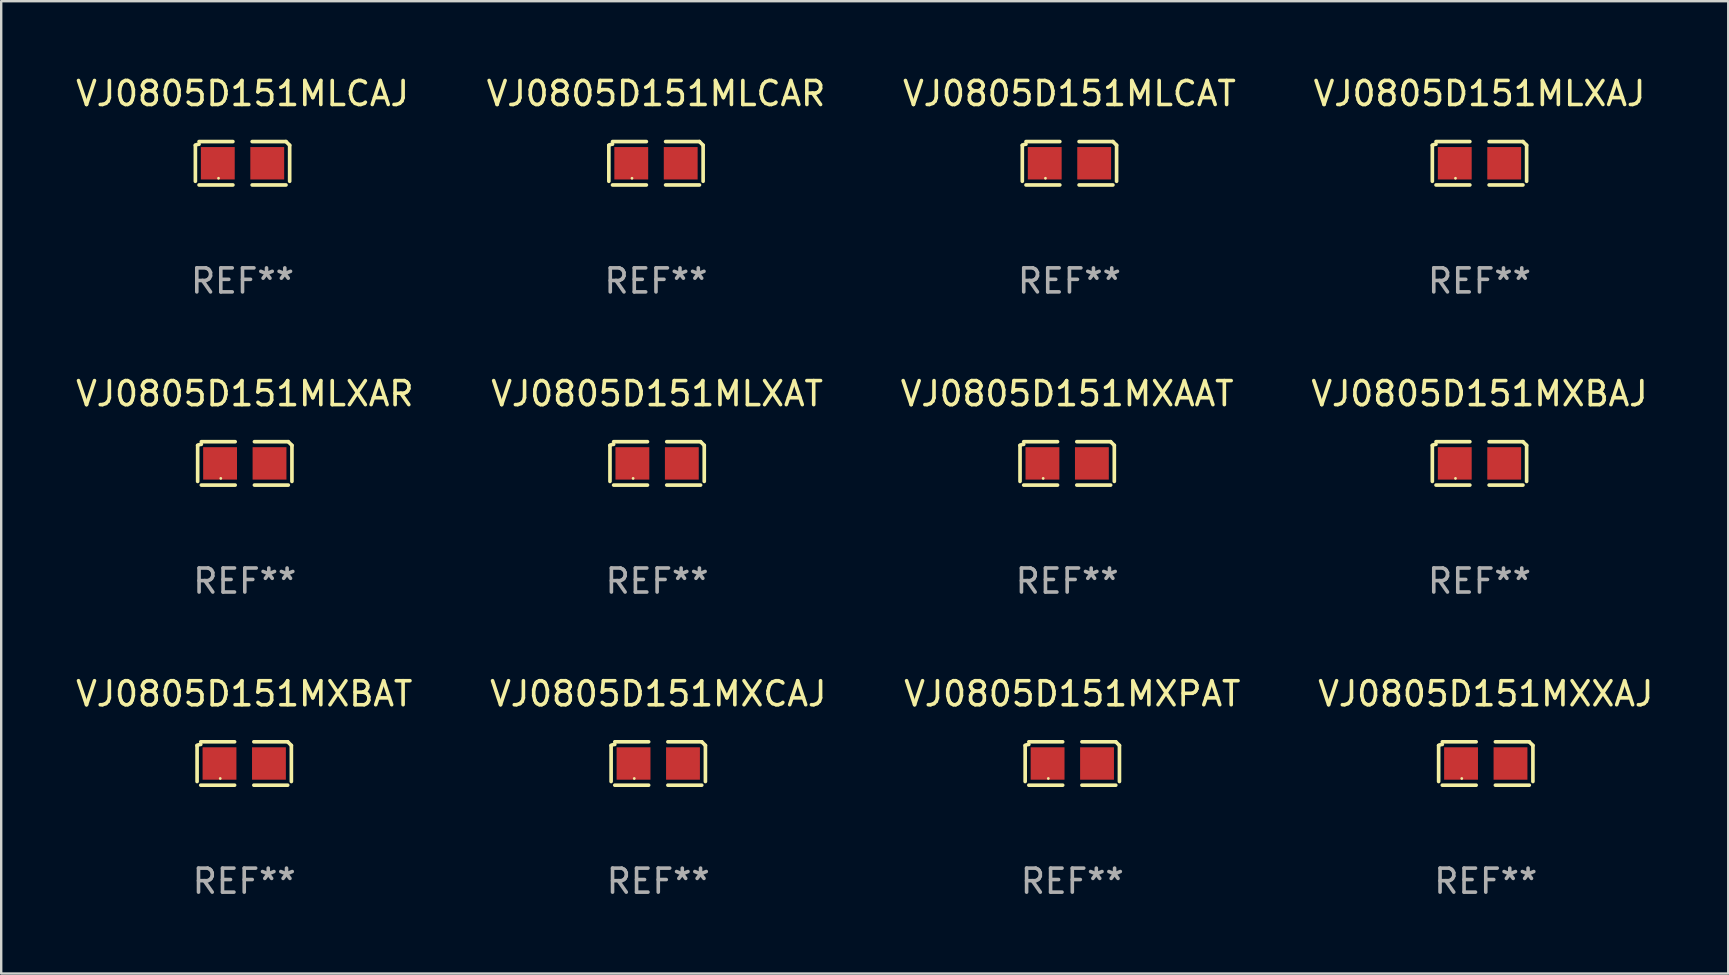
<source format=kicad_pcb>
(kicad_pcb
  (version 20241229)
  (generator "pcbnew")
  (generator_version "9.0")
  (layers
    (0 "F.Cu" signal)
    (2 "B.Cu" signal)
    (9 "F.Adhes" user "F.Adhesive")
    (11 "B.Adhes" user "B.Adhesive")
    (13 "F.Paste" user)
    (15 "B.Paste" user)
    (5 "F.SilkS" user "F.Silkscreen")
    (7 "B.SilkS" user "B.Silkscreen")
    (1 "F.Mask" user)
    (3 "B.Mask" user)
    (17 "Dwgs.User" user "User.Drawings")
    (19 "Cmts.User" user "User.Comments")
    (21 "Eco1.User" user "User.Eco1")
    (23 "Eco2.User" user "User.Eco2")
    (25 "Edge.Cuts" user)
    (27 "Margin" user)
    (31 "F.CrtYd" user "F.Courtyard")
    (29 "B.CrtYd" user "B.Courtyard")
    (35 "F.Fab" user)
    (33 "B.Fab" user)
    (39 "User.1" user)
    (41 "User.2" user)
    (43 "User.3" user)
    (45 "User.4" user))
  (footprint "VJ0805D151MXPAT"
    (layer "F.Cu")
    (at 41.625 28.759)
    (property "Reference" "VJ0805D151MXPAT" (at 0 -2.904 0) (layer "F.SilkS") (effects (font (size 1 1) (thickness 0.15))))
    (attr through_hole)
    (fp_line (start -1.964 0.751) (end -1.964 -0.751) (stroke (width 0.152) (type solid)) (layer "F.SilkS"))
    (fp_line (start -1.811 -0.904) (end -0.401 -0.904) (stroke (width 0.152) (type solid)) (layer "F.SilkS"))
    (fp_line (start -0.401 0.904) (end -1.811 0.904) (stroke (width 0.152) (type solid)) (layer "F.SilkS"))
    (fp_line (start 0.401 0.904) (end 1.811 0.904) (stroke (width 0.152) (type solid)) (layer "F.SilkS"))
    (fp_line (start 1.811 -0.904) (end 0.401 -0.904) (stroke (width 0.152) (type solid)) (layer "F.SilkS"))
    (fp_line (start 1.964 0.751) (end 1.964 -0.751) (stroke (width 0.152) (type solid)) (layer "F.SilkS"))
    (fp_arc (start -1.963602 -0.751207) (mid -1.890354 -0.783131) (end -1.811201 -0.794044) (stroke (width 0.1524) (type solid)) (layer "F.SilkS"))
    (fp_arc (start 1.811202 -0.903607) (mid 1.887413 -0.827418) (end 1.963602 -0.751207) (stroke (width 0.1524) (type solid)) (layer "F.SilkS"))
    (fp_circle (center -1 0.625) (end -0.97 0.625) (stroke (width 0.06) (type solid)) (fill no) (layer "F.SilkS"))
    (fp_text user "REF**" (at 0 4.904 0) (layer "F.Fab") (effects (font (size 1 1) (thickness 0.15))))
    (pad "1" smd rect (at -1.03 0) (size 1.41 1.35) (layers "F.Cu" "F.Mask" "F.Paste"))
    (pad "2" smd rect (at 1.03 0) (size 1.41 1.35) (layers "F.Cu" "F.Mask" "F.Paste")))
  (footprint "VJ0805D151MLXAJ"
    (layer "F.Cu")
    (at 58.589 3.752)
    (property "Reference" "VJ0805D151MLXAJ" (at 0 -2.904 0) (layer "F.SilkS") (effects (font (size 1 1) (thickness 0.15))))
    (attr through_hole)
    (fp_line (start -1.964 0.751) (end -1.964 -0.751) (stroke (width 0.152) (type solid)) (layer "F.SilkS"))
    (fp_line (start -1.811 -0.904) (end -0.401 -0.904) (stroke (width 0.152) (type solid)) (layer "F.SilkS"))
    (fp_line (start -0.401 0.904) (end -1.811 0.904) (stroke (width 0.152) (type solid)) (layer "F.SilkS"))
    (fp_line (start 0.401 0.904) (end 1.811 0.904) (stroke (width 0.152) (type solid)) (layer "F.SilkS"))
    (fp_line (start 1.811 -0.904) (end 0.401 -0.904) (stroke (width 0.152) (type solid)) (layer "F.SilkS"))
    (fp_line (start 1.964 0.751) (end 1.964 -0.751) (stroke (width 0.152) (type solid)) (layer "F.SilkS"))
    (fp_arc (start -1.963602 -0.751207) (mid -1.890354 -0.783131) (end -1.811201 -0.794044) (stroke (width 0.1524) (type solid)) (layer "F.SilkS"))
    (fp_arc (start 1.811202 -0.903607) (mid 1.887413 -0.827418) (end 1.963602 -0.751207) (stroke (width 0.1524) (type solid)) (layer "F.SilkS"))
    (fp_circle (center -1 0.625) (end -0.97 0.625) (stroke (width 0.06) (type solid)) (fill no) (layer "F.SilkS"))
    (fp_text user "REF**" (at 0 4.904 0) (layer "F.Fab") (effects (font (size 1 1) (thickness 0.15))))
    (pad "1" smd rect (at -1.03 0) (size 1.41 1.35) (layers "F.Cu" "F.Mask" "F.Paste"))
    (pad "2" smd rect (at 1.03 0) (size 1.41 1.35) (layers "F.Cu" "F.Mask" "F.Paste")))
  (footprint "VJ0805D151MXAAT"
    (layer "F.Cu")
    (at 41.411 16.256)
    (property "Reference" "VJ0805D151MXAAT" (at 0 -2.904 0) (layer "F.SilkS") (effects (font (size 1 1) (thickness 0.15))))
    (attr through_hole)
    (fp_line (start -1.964 0.751) (end -1.964 -0.751) (stroke (width 0.152) (type solid)) (layer "F.SilkS"))
    (fp_line (start -1.811 -0.904) (end -0.401 -0.904) (stroke (width 0.152) (type solid)) (layer "F.SilkS"))
    (fp_line (start -0.401 0.904) (end -1.811 0.904) (stroke (width 0.152) (type solid)) (layer "F.SilkS"))
    (fp_line (start 0.401 0.904) (end 1.811 0.904) (stroke (width 0.152) (type solid)) (layer "F.SilkS"))
    (fp_line (start 1.811 -0.904) (end 0.401 -0.904) (stroke (width 0.152) (type solid)) (layer "F.SilkS"))
    (fp_line (start 1.964 0.751) (end 1.964 -0.751) (stroke (width 0.152) (type solid)) (layer "F.SilkS"))
    (fp_arc (start -1.963602 -0.751207) (mid -1.890354 -0.783131) (end -1.811201 -0.794044) (stroke (width 0.1524) (type solid)) (layer "F.SilkS"))
    (fp_arc (start 1.811202 -0.903607) (mid 1.887413 -0.827418) (end 1.963602 -0.751207) (stroke (width 0.1524) (type solid)) (layer "F.SilkS"))
    (fp_circle (center -1 0.625) (end -0.97 0.625) (stroke (width 0.06) (type solid)) (fill no) (layer "F.SilkS"))
    (fp_text user "REF**" (at 0 4.904 0) (layer "F.Fab") (effects (font (size 1 1) (thickness 0.15))))
    (pad "1" smd rect (at -1.03 0) (size 1.41 1.35) (layers "F.Cu" "F.Mask" "F.Paste"))
    (pad "2" smd rect (at 1.03 0) (size 1.41 1.35) (layers "F.Cu" "F.Mask" "F.Paste")))
  (footprint "VJ0805D151MXCAJ"
    (layer "F.Cu")
    (at 24.375 28.759)
    (property "Reference" "VJ0805D151MXCAJ" (at 0 -2.904 0) (layer "F.SilkS") (effects (font (size 1 1) (thickness 0.15))))
    (attr through_hole)
    (fp_line (start -1.964 0.751) (end -1.964 -0.751) (stroke (width 0.152) (type solid)) (layer "F.SilkS"))
    (fp_line (start -1.811 -0.904) (end -0.401 -0.904) (stroke (width 0.152) (type solid)) (layer "F.SilkS"))
    (fp_line (start -0.401 0.904) (end -1.811 0.904) (stroke (width 0.152) (type solid)) (layer "F.SilkS"))
    (fp_line (start 0.401 0.904) (end 1.811 0.904) (stroke (width 0.152) (type solid)) (layer "F.SilkS"))
    (fp_line (start 1.811 -0.904) (end 0.401 -0.904) (stroke (width 0.152) (type solid)) (layer "F.SilkS"))
    (fp_line (start 1.964 0.751) (end 1.964 -0.751) (stroke (width 0.152) (type solid)) (layer "F.SilkS"))
    (fp_arc (start -1.963602 -0.751207) (mid -1.890354 -0.783131) (end -1.811201 -0.794044) (stroke (width 0.1524) (type solid)) (layer "F.SilkS"))
    (fp_arc (start 1.811202 -0.903607) (mid 1.887413 -0.827418) (end 1.963602 -0.751207) (stroke (width 0.1524) (type solid)) (layer "F.SilkS"))
    (fp_circle (center -1 0.625) (end -0.97 0.625) (stroke (width 0.06) (type solid)) (fill no) (layer "F.SilkS"))
    (fp_text user "REF**" (at 0 4.904 0) (layer "F.Fab") (effects (font (size 1 1) (thickness 0.15))))
    (pad "1" smd rect (at -1.03 0) (size 1.41 1.35) (layers "F.Cu" "F.Mask" "F.Paste"))
    (pad "2" smd rect (at 1.03 0) (size 1.41 1.35) (layers "F.Cu" "F.Mask" "F.Paste")))
  (footprint "VJ0805D151MXBAT"
    (layer "F.Cu")
    (at 7.125 28.759)
    (property "Reference" "VJ0805D151MXBAT" (at 0 -2.904 0) (layer "F.SilkS") (effects (font (size 1 1) (thickness 0.15))))
    (attr through_hole)
    (fp_line (start -1.964 0.751) (end -1.964 -0.751) (stroke (width 0.152) (type solid)) (layer "F.SilkS"))
    (fp_line (start -1.811 -0.904) (end -0.401 -0.904) (stroke (width 0.152) (type solid)) (layer "F.SilkS"))
    (fp_line (start -0.401 0.904) (end -1.811 0.904) (stroke (width 0.152) (type solid)) (layer "F.SilkS"))
    (fp_line (start 0.401 0.904) (end 1.811 0.904) (stroke (width 0.152) (type solid)) (layer "F.SilkS"))
    (fp_line (start 1.811 -0.904) (end 0.401 -0.904) (stroke (width 0.152) (type solid)) (layer "F.SilkS"))
    (fp_line (start 1.964 0.751) (end 1.964 -0.751) (stroke (width 0.152) (type solid)) (layer "F.SilkS"))
    (fp_arc (start -1.963602 -0.751207) (mid -1.890354 -0.783131) (end -1.811201 -0.794044) (stroke (width 0.1524) (type solid)) (layer "F.SilkS"))
    (fp_arc (start 1.811202 -0.903607) (mid 1.887413 -0.827418) (end 1.963602 -0.751207) (stroke (width 0.1524) (type solid)) (layer "F.SilkS"))
    (fp_circle (center -1 0.625) (end -0.97 0.625) (stroke (width 0.06) (type solid)) (fill no) (layer "F.SilkS"))
    (fp_text user "REF**" (at 0 4.904 0) (layer "F.Fab") (effects (font (size 1 1) (thickness 0.15))))
    (pad "1" smd rect (at -1.03 0) (size 1.41 1.35) (layers "F.Cu" "F.Mask" "F.Paste"))
    (pad "2" smd rect (at 1.03 0) (size 1.41 1.35) (layers "F.Cu" "F.Mask" "F.Paste")))
  (footprint "VJ0805D151MLCAT"
    (layer "F.Cu")
    (at 41.506 3.752)
    (property "Reference" "VJ0805D151MLCAT" (at 0 -2.904 0) (layer "F.SilkS") (effects (font (size 1 1) (thickness 0.15))))
    (attr through_hole)
    (fp_line (start -1.964 0.751) (end -1.964 -0.751) (stroke (width 0.152) (type solid)) (layer "F.SilkS"))
    (fp_line (start -1.811 -0.904) (end -0.401 -0.904) (stroke (width 0.152) (type solid)) (layer "F.SilkS"))
    (fp_line (start -0.401 0.904) (end -1.811 0.904) (stroke (width 0.152) (type solid)) (layer "F.SilkS"))
    (fp_line (start 0.401 0.904) (end 1.811 0.904) (stroke (width 0.152) (type solid)) (layer "F.SilkS"))
    (fp_line (start 1.811 -0.904) (end 0.401 -0.904) (stroke (width 0.152) (type solid)) (layer "F.SilkS"))
    (fp_line (start 1.964 0.751) (end 1.964 -0.751) (stroke (width 0.152) (type solid)) (layer "F.SilkS"))
    (fp_arc (start -1.963602 -0.751207) (mid -1.890354 -0.783131) (end -1.811201 -0.794044) (stroke (width 0.1524) (type solid)) (layer "F.SilkS"))
    (fp_arc (start 1.811202 -0.903607) (mid 1.887413 -0.827418) (end 1.963602 -0.751207) (stroke (width 0.1524) (type solid)) (layer "F.SilkS"))
    (fp_circle (center -1 0.625) (end -0.97 0.625) (stroke (width 0.06) (type solid)) (fill no) (layer "F.SilkS"))
    (fp_text user "REF**" (at 0 4.904 0) (layer "F.Fab") (effects (font (size 1 1) (thickness 0.15))))
    (pad "1" smd rect (at -1.03 0) (size 1.41 1.35) (layers "F.Cu" "F.Mask" "F.Paste"))
    (pad "2" smd rect (at 1.03 0) (size 1.41 1.35) (layers "F.Cu" "F.Mask" "F.Paste")))
  (footprint "VJ0805D151MLCAJ"
    (layer "F.Cu")
    (at 7.054 3.752)
    (property "Reference" "VJ0805D151MLCAJ" (at 0 -2.904 0) (layer "F.SilkS") (effects (font (size 1 1) (thickness 0.15))))
    (attr through_hole)
    (fp_line (start -1.964 0.751) (end -1.964 -0.751) (stroke (width 0.152) (type solid)) (layer "F.SilkS"))
    (fp_line (start -1.811 -0.904) (end -0.401 -0.904) (stroke (width 0.152) (type solid)) (layer "F.SilkS"))
    (fp_line (start -0.401 0.904) (end -1.811 0.904) (stroke (width 0.152) (type solid)) (layer "F.SilkS"))
    (fp_line (start 0.401 0.904) (end 1.811 0.904) (stroke (width 0.152) (type solid)) (layer "F.SilkS"))
    (fp_line (start 1.811 -0.904) (end 0.401 -0.904) (stroke (width 0.152) (type solid)) (layer "F.SilkS"))
    (fp_line (start 1.964 0.751) (end 1.964 -0.751) (stroke (width 0.152) (type solid)) (layer "F.SilkS"))
    (fp_arc (start -1.963602 -0.751207) (mid -1.890354 -0.783131) (end -1.811201 -0.794044) (stroke (width 0.1524) (type solid)) (layer "F.SilkS"))
    (fp_arc (start 1.811202 -0.903607) (mid 1.887413 -0.827418) (end 1.963602 -0.751207) (stroke (width 0.1524) (type solid)) (layer "F.SilkS"))
    (fp_circle (center -1 0.625) (end -0.97 0.625) (stroke (width 0.06) (type solid)) (fill no) (layer "F.SilkS"))
    (fp_text user "REF**" (at 0 4.904 0) (layer "F.Fab") (effects (font (size 1 1) (thickness 0.15))))
    (pad "1" smd rect (at -1.03 0) (size 1.41 1.35) (layers "F.Cu" "F.Mask" "F.Paste"))
    (pad "2" smd rect (at 1.03 0) (size 1.41 1.35) (layers "F.Cu" "F.Mask" "F.Paste")))
  (footprint "VJ0805D151MLCAR"
    (layer "F.Cu")
    (at 24.28 3.752)
    (property "Reference" "VJ0805D151MLCAR" (at 0 -2.904 0) (layer "F.SilkS") (effects (font (size 1 1) (thickness 0.15))))
    (attr through_hole)
    (fp_line (start -1.964 0.751) (end -1.964 -0.751) (stroke (width 0.152) (type solid)) (layer "F.SilkS"))
    (fp_line (start -1.811 -0.904) (end -0.401 -0.904) (stroke (width 0.152) (type solid)) (layer "F.SilkS"))
    (fp_line (start -0.401 0.904) (end -1.811 0.904) (stroke (width 0.152) (type solid)) (layer "F.SilkS"))
    (fp_line (start 0.401 0.904) (end 1.811 0.904) (stroke (width 0.152) (type solid)) (layer "F.SilkS"))
    (fp_line (start 1.811 -0.904) (end 0.401 -0.904) (stroke (width 0.152) (type solid)) (layer "F.SilkS"))
    (fp_line (start 1.964 0.751) (end 1.964 -0.751) (stroke (width 0.152) (type solid)) (layer "F.SilkS"))
    (fp_arc (start -1.963602 -0.751207) (mid -1.890354 -0.783131) (end -1.811201 -0.794044) (stroke (width 0.1524) (type solid)) (layer "F.SilkS"))
    (fp_arc (start 1.811202 -0.903607) (mid 1.887413 -0.827418) (end 1.963602 -0.751207) (stroke (width 0.1524) (type solid)) (layer "F.SilkS"))
    (fp_circle (center -1 0.625) (end -0.97 0.625) (stroke (width 0.06) (type solid)) (fill no) (layer "F.SilkS"))
    (fp_text user "REF**" (at 0 4.904 0) (layer "F.Fab") (effects (font (size 1 1) (thickness 0.15))))
    (pad "1" smd rect (at -1.03 0) (size 1.41 1.35) (layers "F.Cu" "F.Mask" "F.Paste"))
    (pad "2" smd rect (at 1.03 0) (size 1.41 1.35) (layers "F.Cu" "F.Mask" "F.Paste")))
  (footprint "VJ0805D151MXBAJ"
    (layer "F.Cu")
    (at 58.589 16.256)
    (property "Reference" "VJ0805D151MXBAJ" (at 0 -2.904 0) (layer "F.SilkS") (effects (font (size 1 1) (thickness 0.15))))
    (attr through_hole)
    (fp_line (start -1.964 0.751) (end -1.964 -0.751) (stroke (width 0.152) (type solid)) (layer "F.SilkS"))
    (fp_line (start -1.811 -0.904) (end -0.401 -0.904) (stroke (width 0.152) (type solid)) (layer "F.SilkS"))
    (fp_line (start -0.401 0.904) (end -1.811 0.904) (stroke (width 0.152) (type solid)) (layer "F.SilkS"))
    (fp_line (start 0.401 0.904) (end 1.811 0.904) (stroke (width 0.152) (type solid)) (layer "F.SilkS"))
    (fp_line (start 1.811 -0.904) (end 0.401 -0.904) (stroke (width 0.152) (type solid)) (layer "F.SilkS"))
    (fp_line (start 1.964 0.751) (end 1.964 -0.751) (stroke (width 0.152) (type solid)) (layer "F.SilkS"))
    (fp_arc (start -1.963602 -0.751207) (mid -1.890354 -0.783131) (end -1.811201 -0.794044) (stroke (width 0.1524) (type solid)) (layer "F.SilkS"))
    (fp_arc (start 1.811202 -0.903607) (mid 1.887413 -0.827418) (end 1.963602 -0.751207) (stroke (width 0.1524) (type solid)) (layer "F.SilkS"))
    (fp_circle (center -1 0.625) (end -0.97 0.625) (stroke (width 0.06) (type solid)) (fill no) (layer "F.SilkS"))
    (fp_text user "REF**" (at 0 4.904 0) (layer "F.Fab") (effects (font (size 1 1) (thickness 0.15))))
    (pad "1" smd rect (at -1.03 0) (size 1.41 1.35) (layers "F.Cu" "F.Mask" "F.Paste"))
    (pad "2" smd rect (at 1.03 0) (size 1.41 1.35) (layers "F.Cu" "F.Mask" "F.Paste")))
  (footprint "VJ0805D151MLXAR"
    (layer "F.Cu")
    (at 7.149 16.256)
    (property "Reference" "VJ0805D151MLXAR" (at 0 -2.904 0) (layer "F.SilkS") (effects (font (size 1 1) (thickness 0.15))))
    (attr through_hole)
    (fp_line (start -1.964 0.751) (end -1.964 -0.751) (stroke (width 0.152) (type solid)) (layer "F.SilkS"))
    (fp_line (start -1.811 -0.904) (end -0.401 -0.904) (stroke (width 0.152) (type solid)) (layer "F.SilkS"))
    (fp_line (start -0.401 0.904) (end -1.811 0.904) (stroke (width 0.152) (type solid)) (layer "F.SilkS"))
    (fp_line (start 0.401 0.904) (end 1.811 0.904) (stroke (width 0.152) (type solid)) (layer "F.SilkS"))
    (fp_line (start 1.811 -0.904) (end 0.401 -0.904) (stroke (width 0.152) (type solid)) (layer "F.SilkS"))
    (fp_line (start 1.964 0.751) (end 1.964 -0.751) (stroke (width 0.152) (type solid)) (layer "F.SilkS"))
    (fp_arc (start -1.963602 -0.751207) (mid -1.890354 -0.783131) (end -1.811201 -0.794044) (stroke (width 0.1524) (type solid)) (layer "F.SilkS"))
    (fp_arc (start 1.811202 -0.903607) (mid 1.887413 -0.827418) (end 1.963602 -0.751207) (stroke (width 0.1524) (type solid)) (layer "F.SilkS"))
    (fp_circle (center -1 0.625) (end -0.97 0.625) (stroke (width 0.06) (type solid)) (fill no) (layer "F.SilkS"))
    (fp_text user "REF**" (at 0 4.904 0) (layer "F.Fab") (effects (font (size 1 1) (thickness 0.15))))
    (pad "1" smd rect (at -1.03 0) (size 1.41 1.35) (layers "F.Cu" "F.Mask" "F.Paste"))
    (pad "2" smd rect (at 1.03 0) (size 1.41 1.35) (layers "F.Cu" "F.Mask" "F.Paste")))
  (footprint "VJ0805D151MLXAT"
    (layer "F.Cu")
    (at 24.327 16.256)
    (property "Reference" "VJ0805D151MLXAT" (at 0 -2.904 0) (layer "F.SilkS") (effects (font (size 1 1) (thickness 0.15))))
    (attr through_hole)
    (fp_line (start -1.964 0.751) (end -1.964 -0.751) (stroke (width 0.152) (type solid)) (layer "F.SilkS"))
    (fp_line (start -1.811 -0.904) (end -0.401 -0.904) (stroke (width 0.152) (type solid)) (layer "F.SilkS"))
    (fp_line (start -0.401 0.904) (end -1.811 0.904) (stroke (width 0.152) (type solid)) (layer "F.SilkS"))
    (fp_line (start 0.401 0.904) (end 1.811 0.904) (stroke (width 0.152) (type solid)) (layer "F.SilkS"))
    (fp_line (start 1.811 -0.904) (end 0.401 -0.904) (stroke (width 0.152) (type solid)) (layer "F.SilkS"))
    (fp_line (start 1.964 0.751) (end 1.964 -0.751) (stroke (width 0.152) (type solid)) (layer "F.SilkS"))
    (fp_arc (start -1.963602 -0.751207) (mid -1.890354 -0.783131) (end -1.811201 -0.794044) (stroke (width 0.1524) (type solid)) (layer "F.SilkS"))
    (fp_arc (start 1.811202 -0.903607) (mid 1.887413 -0.827418) (end 1.963602 -0.751207) (stroke (width 0.1524) (type solid)) (layer "F.SilkS"))
    (fp_circle (center -1 0.625) (end -0.97 0.625) (stroke (width 0.06) (type solid)) (fill no) (layer "F.SilkS"))
    (fp_text user "REF**" (at 0 4.904 0) (layer "F.Fab") (effects (font (size 1 1) (thickness 0.15))))
    (pad "1" smd rect (at -1.03 0) (size 1.41 1.35) (layers "F.Cu" "F.Mask" "F.Paste"))
    (pad "2" smd rect (at 1.03 0) (size 1.41 1.35) (layers "F.Cu" "F.Mask" "F.Paste")))
  (footprint "VJ0805D151MXXAJ"
    (layer "F.Cu")
    (at 58.851 28.759)
    (property "Reference" "VJ0805D151MXXAJ" (at 0 -2.904 0) (layer "F.SilkS") (effects (font (size 1 1) (thickness 0.15))))
    (attr through_hole)
    (fp_line (start -1.964 0.751) (end -1.964 -0.751) (stroke (width 0.152) (type solid)) (layer "F.SilkS"))
    (fp_line (start -1.811 -0.904) (end -0.401 -0.904) (stroke (width 0.152) (type solid)) (layer "F.SilkS"))
    (fp_line (start -0.401 0.904) (end -1.811 0.904) (stroke (width 0.152) (type solid)) (layer "F.SilkS"))
    (fp_line (start 0.401 0.904) (end 1.811 0.904) (stroke (width 0.152) (type solid)) (layer "F.SilkS"))
    (fp_line (start 1.811 -0.904) (end 0.401 -0.904) (stroke (width 0.152) (type solid)) (layer "F.SilkS"))
    (fp_line (start 1.964 0.751) (end 1.964 -0.751) (stroke (width 0.152) (type solid)) (layer "F.SilkS"))
    (fp_arc (start -1.963602 -0.751207) (mid -1.890354 -0.783131) (end -1.811201 -0.794044) (stroke (width 0.1524) (type solid)) (layer "F.SilkS"))
    (fp_arc (start 1.811202 -0.903607) (mid 1.887413 -0.827418) (end 1.963602 -0.751207) (stroke (width 0.1524) (type solid)) (layer "F.SilkS"))
    (fp_circle (center -1 0.625) (end -0.97 0.625) (stroke (width 0.06) (type solid)) (fill no) (layer "F.SilkS"))
    (fp_text user "REF**" (at 0 4.904 0) (layer "F.Fab") (effects (font (size 1 1) (thickness 0.15))))
    (pad "1" smd rect (at -1.03 0) (size 1.41 1.35) (layers "F.Cu" "F.Mask" "F.Paste"))
    (pad "2" smd rect (at 1.03 0) (size 1.41 1.35) (layers "F.Cu" "F.Mask" "F.Paste")))
  (gr_rect
    (start -3 -3)
    (end 68.952 37.511)
    (stroke (width 0.1) (type default))
    (fill no)
    (layer "Edge.Cuts")))
</source>
